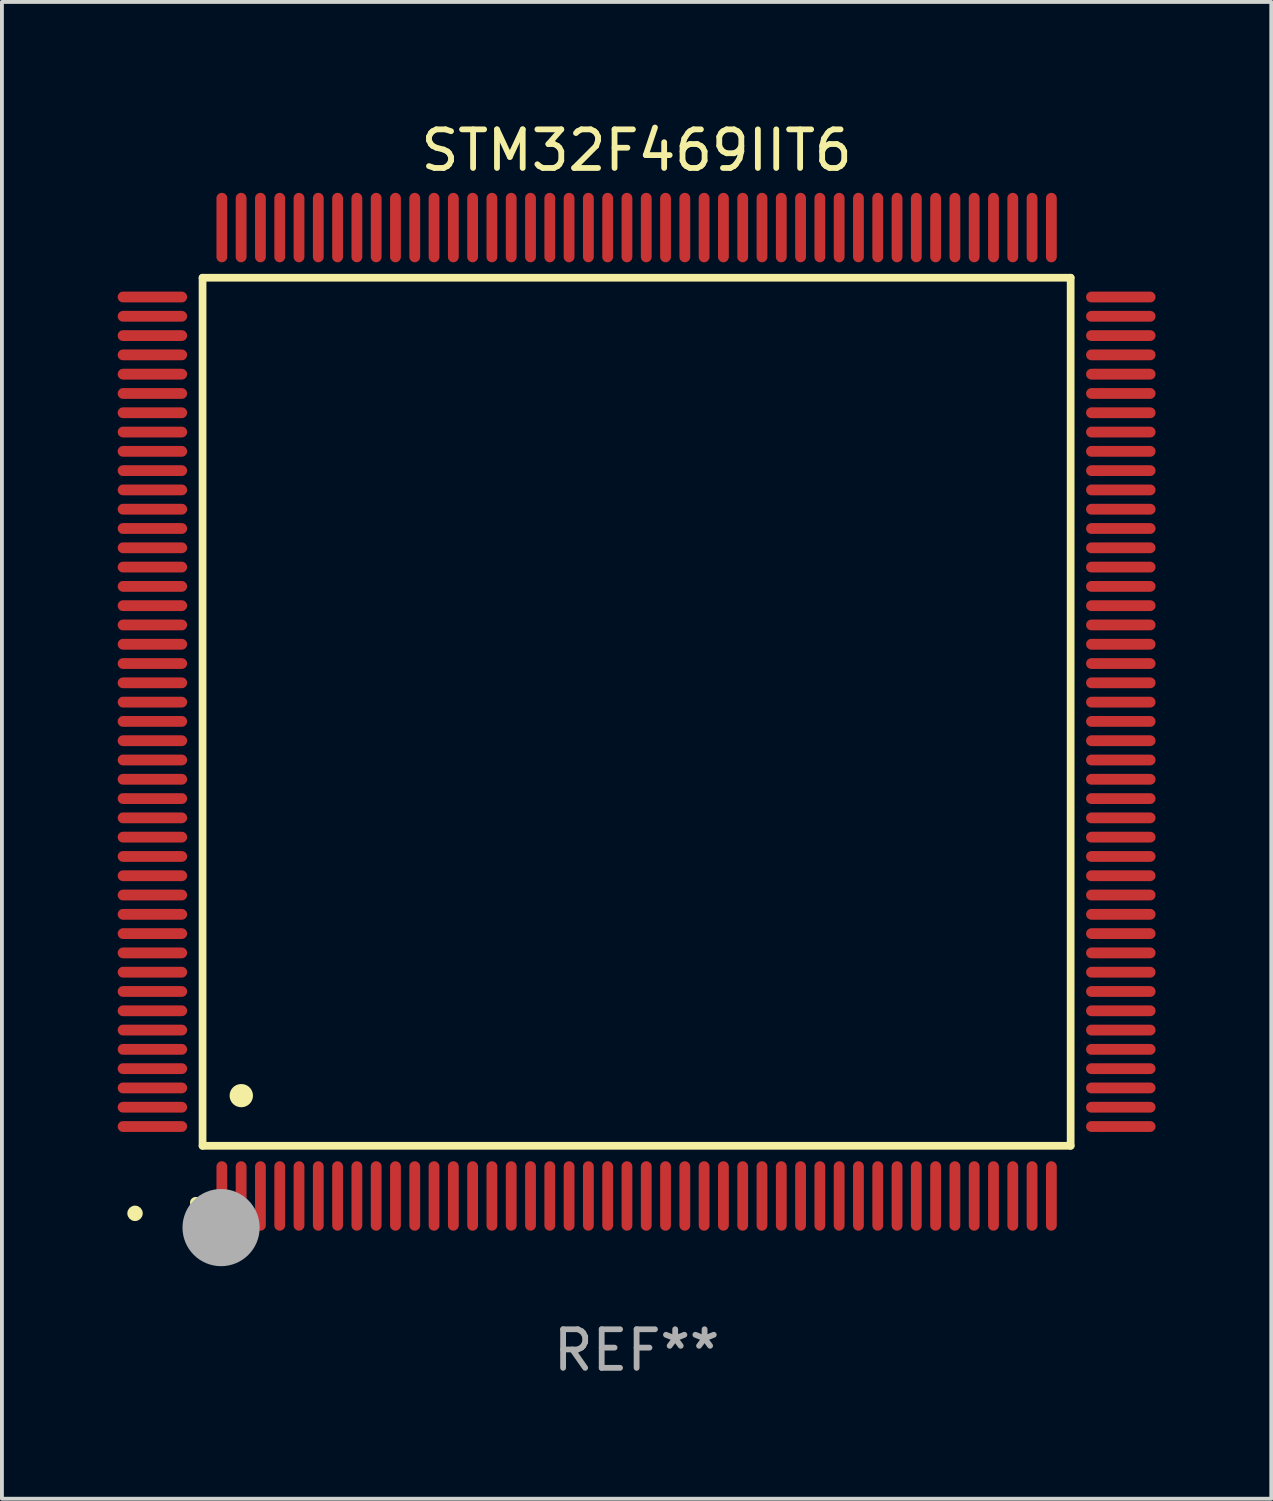
<source format=kicad_pcb>
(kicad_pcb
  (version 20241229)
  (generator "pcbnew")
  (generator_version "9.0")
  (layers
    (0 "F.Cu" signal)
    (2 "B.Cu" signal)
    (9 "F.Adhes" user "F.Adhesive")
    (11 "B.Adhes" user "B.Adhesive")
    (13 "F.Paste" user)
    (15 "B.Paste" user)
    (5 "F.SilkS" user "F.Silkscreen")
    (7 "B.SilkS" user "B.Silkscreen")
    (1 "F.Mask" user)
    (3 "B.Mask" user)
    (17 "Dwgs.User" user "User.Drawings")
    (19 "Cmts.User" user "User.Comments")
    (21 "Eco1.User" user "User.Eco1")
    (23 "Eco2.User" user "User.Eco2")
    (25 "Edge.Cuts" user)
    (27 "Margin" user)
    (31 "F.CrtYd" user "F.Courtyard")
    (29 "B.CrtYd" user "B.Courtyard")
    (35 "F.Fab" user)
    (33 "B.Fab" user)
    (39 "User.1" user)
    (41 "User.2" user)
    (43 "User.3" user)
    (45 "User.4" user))
  (footprint "STM32F469IIT6"
    (layer "F.Cu")
    (at 13.45 15.398)
    (property "Reference" "STM32F469IIT6" (at 0 -14.55 0) (layer "F.SilkS") (effects (font (size 1 1) (thickness 0.15))))
    (attr through_hole)
    (fp_line (start -11.25 -11.25) (end 11.25 -11.25) (stroke (width 0.2) (type solid)) (layer "F.SilkS"))
    (fp_line (start -11.25 11.25) (end -11.25 -11.25) (stroke (width 0.2) (type solid)) (layer "F.SilkS"))
    (fp_line (start 11.25 -11.25) (end 11.25 11.25) (stroke (width 0.2) (type solid)) (layer "F.SilkS"))
    (fp_line (start 11.25 11.25) (end -11.25 11.25) (stroke (width 0.2) (type solid)) (layer "F.SilkS"))
    (fp_arc (start -11.424943 12.725425) (mid -11.423673 12.72542) (end -11.422403 12.725425) (stroke (width 0.3) (type solid)) (layer "F.SilkS"))
    (fp_arc (start -10.24892 9.9492) (mid -10.24638 9.949189) (end -10.24384 9.9492) (stroke (width 0.6) (type solid)) (layer "F.SilkS"))
    (fp_circle (center -13 13) (end -12.9 13) (stroke (width 0.2) (type solid)) (fill no) (layer "F.SilkS"))
    (fp_circle (center -10.77 13.37) (end -10.27 13.37) (stroke (width 1) (type solid)) (fill no) (layer "F.Fab"))
    (fp_text user "REF**" (at 0 16.55 0) (layer "F.Fab") (effects (font (size 1 1) (thickness 0.15))))
    (pad "1" smd oval (at -10.75 12.55) (size 0.28 1.8) (layers "F.Cu" "F.Mask" "F.Paste"))
    (pad "2" smd oval (at -10.25 12.55) (size 0.28 1.8) (layers "F.Cu" "F.Mask" "F.Paste"))
    (pad "3" smd oval (at -9.75 12.55) (size 0.28 1.8) (layers "F.Cu" "F.Mask" "F.Paste"))
    (pad "4" smd oval (at -9.25 12.55) (size 0.28 1.8) (layers "F.Cu" "F.Mask" "F.Paste"))
    (pad "5" smd oval (at -8.75 12.55) (size 0.28 1.8) (layers "F.Cu" "F.Mask" "F.Paste"))
    (pad "6" smd oval (at -8.25 12.55) (size 0.28 1.8) (layers "F.Cu" "F.Mask" "F.Paste"))
    (pad "7" smd oval (at -7.75 12.55) (size 0.28 1.8) (layers "F.Cu" "F.Mask" "F.Paste"))
    (pad "8" smd oval (at -7.25 12.55) (size 0.28 1.8) (layers "F.Cu" "F.Mask" "F.Paste"))
    (pad "9" smd oval (at -6.75 12.55) (size 0.28 1.8) (layers "F.Cu" "F.Mask" "F.Paste"))
    (pad "10" smd oval (at -6.25 12.55) (size 0.28 1.8) (layers "F.Cu" "F.Mask" "F.Paste"))
    (pad "11" smd oval (at -5.75 12.55) (size 0.28 1.8) (layers "F.Cu" "F.Mask" "F.Paste"))
    (pad "12" smd oval (at -5.25 12.55) (size 0.28 1.8) (layers "F.Cu" "F.Mask" "F.Paste"))
    (pad "13" smd oval (at -4.75 12.55) (size 0.28 1.8) (layers "F.Cu" "F.Mask" "F.Paste"))
    (pad "14" smd oval (at -4.25 12.55) (size 0.28 1.8) (layers "F.Cu" "F.Mask" "F.Paste"))
    (pad "15" smd oval (at -3.75 12.55) (size 0.28 1.8) (layers "F.Cu" "F.Mask" "F.Paste"))
    (pad "16" smd oval (at -3.25 12.55) (size 0.28 1.8) (layers "F.Cu" "F.Mask" "F.Paste"))
    (pad "17" smd oval (at -2.75 12.55) (size 0.28 1.8) (layers "F.Cu" "F.Mask" "F.Paste"))
    (pad "18" smd oval (at -2.25 12.55) (size 0.28 1.8) (layers "F.Cu" "F.Mask" "F.Paste"))
    (pad "19" smd oval (at -1.75 12.55) (size 0.28 1.8) (layers "F.Cu" "F.Mask" "F.Paste"))
    (pad "20" smd oval (at -1.25 12.55) (size 0.28 1.8) (layers "F.Cu" "F.Mask" "F.Paste"))
    (pad "21" smd oval (at -0.75 12.55) (size 0.28 1.8) (layers "F.Cu" "F.Mask" "F.Paste"))
    (pad "22" smd oval (at -0.25 12.55) (size 0.28 1.8) (layers "F.Cu" "F.Mask" "F.Paste"))
    (pad "23" smd oval (at 0.25 12.55) (size 0.28 1.8) (layers "F.Cu" "F.Mask" "F.Paste"))
    (pad "24" smd oval (at 0.75 12.55) (size 0.28 1.8) (layers "F.Cu" "F.Mask" "F.Paste"))
    (pad "25" smd oval (at 1.25 12.55) (size 0.28 1.8) (layers "F.Cu" "F.Mask" "F.Paste"))
    (pad "26" smd oval (at 1.75 12.55) (size 0.28 1.8) (layers "F.Cu" "F.Mask" "F.Paste"))
    (pad "27" smd oval (at 2.25 12.55) (size 0.28 1.8) (layers "F.Cu" "F.Mask" "F.Paste"))
    (pad "28" smd oval (at 2.75 12.55) (size 0.28 1.8) (layers "F.Cu" "F.Mask" "F.Paste"))
    (pad "29" smd oval (at 3.25 12.55) (size 0.28 1.8) (layers "F.Cu" "F.Mask" "F.Paste"))
    (pad "30" smd oval (at 3.75 12.55) (size 0.28 1.8) (layers "F.Cu" "F.Mask" "F.Paste"))
    (pad "31" smd oval (at 4.25 12.55) (size 0.28 1.8) (layers "F.Cu" "F.Mask" "F.Paste"))
    (pad "32" smd oval (at 4.75 12.55) (size 0.28 1.8) (layers "F.Cu" "F.Mask" "F.Paste"))
    (pad "33" smd oval (at 5.25 12.55) (size 0.28 1.8) (layers "F.Cu" "F.Mask" "F.Paste"))
    (pad "34" smd oval (at 5.75 12.55) (size 0.28 1.8) (layers "F.Cu" "F.Mask" "F.Paste"))
    (pad "35" smd oval (at 6.25 12.55) (size 0.28 1.8) (layers "F.Cu" "F.Mask" "F.Paste"))
    (pad "36" smd oval (at 6.75 12.55) (size 0.28 1.8) (layers "F.Cu" "F.Mask" "F.Paste"))
    (pad "37" smd oval (at 7.25 12.55) (size 0.28 1.8) (layers "F.Cu" "F.Mask" "F.Paste"))
    (pad "38" smd oval (at 7.75 12.55) (size 0.28 1.8) (layers "F.Cu" "F.Mask" "F.Paste"))
    (pad "39" smd oval (at 8.25 12.55) (size 0.28 1.8) (layers "F.Cu" "F.Mask" "F.Paste"))
    (pad "40" smd oval (at 8.75 12.55) (size 0.28 1.8) (layers "F.Cu" "F.Mask" "F.Paste"))
    (pad "41" smd oval (at 9.25 12.55) (size 0.28 1.8) (layers "F.Cu" "F.Mask" "F.Paste"))
    (pad "42" smd oval (at 9.75 12.55) (size 0.28 1.8) (layers "F.Cu" "F.Mask" "F.Paste"))
    (pad "43" smd oval (at 10.25 12.55) (size 0.28 1.8) (layers "F.Cu" "F.Mask" "F.Paste"))
    (pad "44" smd oval (at 10.75 12.55) (size 0.28 1.8) (layers "F.Cu" "F.Mask" "F.Paste"))
    (pad "45" smd oval (at 12.55 10.75) (size 1.8 0.28) (layers "F.Cu" "F.Mask" "F.Paste"))
    (pad "46" smd oval (at 12.55 10.25) (size 1.8 0.28) (layers "F.Cu" "F.Mask" "F.Paste"))
    (pad "47" smd oval (at 12.55 9.75) (size 1.8 0.28) (layers "F.Cu" "F.Mask" "F.Paste"))
    (pad "48" smd oval (at 12.55 9.25) (size 1.8 0.28) (layers "F.Cu" "F.Mask" "F.Paste"))
    (pad "49" smd oval (at 12.55 8.75) (size 1.8 0.28) (layers "F.Cu" "F.Mask" "F.Paste"))
    (pad "50" smd oval (at 12.55 8.25) (size 1.8 0.28) (layers "F.Cu" "F.Mask" "F.Paste"))
    (pad "51" smd oval (at 12.55 7.75) (size 1.8 0.28) (layers "F.Cu" "F.Mask" "F.Paste"))
    (pad "52" smd oval (at 12.55 7.25) (size 1.8 0.28) (layers "F.Cu" "F.Mask" "F.Paste"))
    (pad "53" smd oval (at 12.55 6.75) (size 1.8 0.28) (layers "F.Cu" "F.Mask" "F.Paste"))
    (pad "54" smd oval (at 12.55 6.25) (size 1.8 0.28) (layers "F.Cu" "F.Mask" "F.Paste"))
    (pad "55" smd oval (at 12.55 5.75) (size 1.8 0.28) (layers "F.Cu" "F.Mask" "F.Paste"))
    (pad "56" smd oval (at 12.55 5.25) (size 1.8 0.28) (layers "F.Cu" "F.Mask" "F.Paste"))
    (pad "57" smd oval (at 12.55 4.75) (size 1.8 0.28) (layers "F.Cu" "F.Mask" "F.Paste"))
    (pad "58" smd oval (at 12.55 4.25) (size 1.8 0.28) (layers "F.Cu" "F.Mask" "F.Paste"))
    (pad "59" smd oval (at 12.55 3.75) (size 1.8 0.28) (layers "F.Cu" "F.Mask" "F.Paste"))
    (pad "60" smd oval (at 12.55 3.25) (size 1.8 0.28) (layers "F.Cu" "F.Mask" "F.Paste"))
    (pad "61" smd oval (at 12.55 2.75) (size 1.8 0.28) (layers "F.Cu" "F.Mask" "F.Paste"))
    (pad "62" smd oval (at 12.55 2.25) (size 1.8 0.28) (layers "F.Cu" "F.Mask" "F.Paste"))
    (pad "63" smd oval (at 12.55 1.75) (size 1.8 0.28) (layers "F.Cu" "F.Mask" "F.Paste"))
    (pad "64" smd oval (at 12.55 1.25) (size 1.8 0.28) (layers "F.Cu" "F.Mask" "F.Paste"))
    (pad "65" smd oval (at 12.55 0.75) (size 1.8 0.28) (layers "F.Cu" "F.Mask" "F.Paste"))
    (pad "66" smd oval (at 12.55 0.25) (size 1.8 0.28) (layers "F.Cu" "F.Mask" "F.Paste"))
    (pad "67" smd oval (at 12.55 -0.25) (size 1.8 0.28) (layers "F.Cu" "F.Mask" "F.Paste"))
    (pad "68" smd oval (at 12.55 -0.75) (size 1.8 0.28) (layers "F.Cu" "F.Mask" "F.Paste"))
    (pad "69" smd oval (at 12.55 -1.25) (size 1.8 0.28) (layers "F.Cu" "F.Mask" "F.Paste"))
    (pad "70" smd oval (at 12.55 -1.75) (size 1.8 0.28) (layers "F.Cu" "F.Mask" "F.Paste"))
    (pad "71" smd oval (at 12.55 -2.25) (size 1.8 0.28) (layers "F.Cu" "F.Mask" "F.Paste"))
    (pad "72" smd oval (at 12.55 -2.75) (size 1.8 0.28) (layers "F.Cu" "F.Mask" "F.Paste"))
    (pad "73" smd oval (at 12.55 -3.25) (size 1.8 0.28) (layers "F.Cu" "F.Mask" "F.Paste"))
    (pad "74" smd oval (at 12.55 -3.75) (size 1.8 0.28) (layers "F.Cu" "F.Mask" "F.Paste"))
    (pad "75" smd oval (at 12.55 -4.25) (size 1.8 0.28) (layers "F.Cu" "F.Mask" "F.Paste"))
    (pad "76" smd oval (at 12.55 -4.75) (size 1.8 0.28) (layers "F.Cu" "F.Mask" "F.Paste"))
    (pad "77" smd oval (at 12.55 -5.25) (size 1.8 0.28) (layers "F.Cu" "F.Mask" "F.Paste"))
    (pad "78" smd oval (at 12.55 -5.75) (size 1.8 0.28) (layers "F.Cu" "F.Mask" "F.Paste"))
    (pad "79" smd oval (at 12.55 -6.25) (size 1.8 0.28) (layers "F.Cu" "F.Mask" "F.Paste"))
    (pad "80" smd oval (at 12.55 -6.75) (size 1.8 0.28) (layers "F.Cu" "F.Mask" "F.Paste"))
    (pad "81" smd oval (at 12.55 -7.25) (size 1.8 0.28) (layers "F.Cu" "F.Mask" "F.Paste"))
    (pad "82" smd oval (at 12.55 -7.75) (size 1.8 0.28) (layers "F.Cu" "F.Mask" "F.Paste"))
    (pad "83" smd oval (at 12.55 -8.25) (size 1.8 0.28) (layers "F.Cu" "F.Mask" "F.Paste"))
    (pad "84" smd oval (at 12.55 -8.75) (size 1.8 0.28) (layers "F.Cu" "F.Mask" "F.Paste"))
    (pad "85" smd oval (at 12.55 -9.25) (size 1.8 0.28) (layers "F.Cu" "F.Mask" "F.Paste"))
    (pad "86" smd oval (at 12.55 -9.75) (size 1.8 0.28) (layers "F.Cu" "F.Mask" "F.Paste"))
    (pad "87" smd oval (at 12.55 -10.25) (size 1.8 0.28) (layers "F.Cu" "F.Mask" "F.Paste"))
    (pad "88" smd oval (at 12.55 -10.75) (size 1.8 0.28) (layers "F.Cu" "F.Mask" "F.Paste"))
    (pad "89" smd oval (at 10.75 -12.55) (size 0.28 1.8) (layers "F.Cu" "F.Mask" "F.Paste"))
    (pad "90" smd oval (at 10.25 -12.55) (size 0.28 1.8) (layers "F.Cu" "F.Mask" "F.Paste"))
    (pad "91" smd oval (at 9.75 -12.55) (size 0.28 1.8) (layers "F.Cu" "F.Mask" "F.Paste"))
    (pad "92" smd oval (at 9.25 -12.55) (size 0.28 1.8) (layers "F.Cu" "F.Mask" "F.Paste"))
    (pad "93" smd oval (at 8.75 -12.55) (size 0.28 1.8) (layers "F.Cu" "F.Mask" "F.Paste"))
    (pad "94" smd oval (at 8.25 -12.55) (size 0.28 1.8) (layers "F.Cu" "F.Mask" "F.Paste"))
    (pad "95" smd oval (at 7.75 -12.55) (size 0.28 1.8) (layers "F.Cu" "F.Mask" "F.Paste"))
    (pad "96" smd oval (at 7.25 -12.55) (size 0.28 1.8) (layers "F.Cu" "F.Mask" "F.Paste"))
    (pad "97" smd oval (at 6.75 -12.55) (size 0.28 1.8) (layers "F.Cu" "F.Mask" "F.Paste"))
    (pad "98" smd oval (at 6.25 -12.55) (size 0.28 1.8) (layers "F.Cu" "F.Mask" "F.Paste"))
    (pad "99" smd oval (at 5.75 -12.55) (size 0.28 1.8) (layers "F.Cu" "F.Mask" "F.Paste"))
    (pad "100" smd oval (at 5.25 -12.55) (size 0.28 1.8) (layers "F.Cu" "F.Mask" "F.Paste"))
    (pad "101" smd oval (at 4.75 -12.55) (size 0.28 1.8) (layers "F.Cu" "F.Mask" "F.Paste"))
    (pad "102" smd oval (at 4.25 -12.55) (size 0.28 1.8) (layers "F.Cu" "F.Mask" "F.Paste"))
    (pad "103" smd oval (at 3.75 -12.55) (size 0.28 1.8) (layers "F.Cu" "F.Mask" "F.Paste"))
    (pad "104" smd oval (at 3.25 -12.55) (size 0.28 1.8) (layers "F.Cu" "F.Mask" "F.Paste"))
    (pad "105" smd oval (at 2.75 -12.55) (size 0.28 1.8) (layers "F.Cu" "F.Mask" "F.Paste"))
    (pad "106" smd oval (at 2.25 -12.55) (size 0.28 1.8) (layers "F.Cu" "F.Mask" "F.Paste"))
    (pad "107" smd oval (at 1.75 -12.55) (size 0.28 1.8) (layers "F.Cu" "F.Mask" "F.Paste"))
    (pad "108" smd oval (at 1.25 -12.55) (size 0.28 1.8) (layers "F.Cu" "F.Mask" "F.Paste"))
    (pad "109" smd oval (at 0.75 -12.55) (size 0.28 1.8) (layers "F.Cu" "F.Mask" "F.Paste"))
    (pad "110" smd oval (at 0.25 -12.55) (size 0.28 1.8) (layers "F.Cu" "F.Mask" "F.Paste"))
    (pad "111" smd oval (at -0.25 -12.55) (size 0.28 1.8) (layers "F.Cu" "F.Mask" "F.Paste"))
    (pad "112" smd oval (at -0.75 -12.55) (size 0.28 1.8) (layers "F.Cu" "F.Mask" "F.Paste"))
    (pad "113" smd oval (at -1.25 -12.55) (size 0.28 1.8) (layers "F.Cu" "F.Mask" "F.Paste"))
    (pad "114" smd oval (at -1.75 -12.55) (size 0.28 1.8) (layers "F.Cu" "F.Mask" "F.Paste"))
    (pad "115" smd oval (at -2.25 -12.55) (size 0.28 1.8) (layers "F.Cu" "F.Mask" "F.Paste"))
    (pad "116" smd oval (at -2.75 -12.55) (size 0.28 1.8) (layers "F.Cu" "F.Mask" "F.Paste"))
    (pad "117" smd oval (at -3.25 -12.55) (size 0.28 1.8) (layers "F.Cu" "F.Mask" "F.Paste"))
    (pad "118" smd oval (at -3.75 -12.55) (size 0.28 1.8) (layers "F.Cu" "F.Mask" "F.Paste"))
    (pad "119" smd oval (at -4.25 -12.55) (size 0.28 1.8) (layers "F.Cu" "F.Mask" "F.Paste"))
    (pad "120" smd oval (at -4.75 -12.55) (size 0.28 1.8) (layers "F.Cu" "F.Mask" "F.Paste"))
    (pad "121" smd oval (at -5.25 -12.55) (size 0.28 1.8) (layers "F.Cu" "F.Mask" "F.Paste"))
    (pad "122" smd oval (at -5.75 -12.55) (size 0.28 1.8) (layers "F.Cu" "F.Mask" "F.Paste"))
    (pad "123" smd oval (at -6.25 -12.55) (size 0.28 1.8) (layers "F.Cu" "F.Mask" "F.Paste"))
    (pad "124" smd oval (at -6.75 -12.55) (size 0.28 1.8) (layers "F.Cu" "F.Mask" "F.Paste"))
    (pad "125" smd oval (at -7.25 -12.55) (size 0.28 1.8) (layers "F.Cu" "F.Mask" "F.Paste"))
    (pad "126" smd oval (at -7.75 -12.55) (size 0.28 1.8) (layers "F.Cu" "F.Mask" "F.Paste"))
    (pad "127" smd oval (at -8.25 -12.55) (size 0.28 1.8) (layers "F.Cu" "F.Mask" "F.Paste"))
    (pad "128" smd oval (at -8.75 -12.55) (size 0.28 1.8) (layers "F.Cu" "F.Mask" "F.Paste"))
    (pad "129" smd oval (at -9.25 -12.55) (size 0.28 1.8) (layers "F.Cu" "F.Mask" "F.Paste"))
    (pad "130" smd oval (at -9.75 -12.55) (size 0.28 1.8) (layers "F.Cu" "F.Mask" "F.Paste"))
    (pad "131" smd oval (at -10.25 -12.55) (size 0.28 1.8) (layers "F.Cu" "F.Mask" "F.Paste"))
    (pad "132" smd oval (at -10.75 -12.55) (size 0.28 1.8) (layers "F.Cu" "F.Mask" "F.Paste"))
    (pad "133" smd oval (at -12.55 -10.75) (size 1.8 0.28) (layers "F.Cu" "F.Mask" "F.Paste"))
    (pad "134" smd oval (at -12.55 -10.25) (size 1.8 0.28) (layers "F.Cu" "F.Mask" "F.Paste"))
    (pad "135" smd oval (at -12.55 -9.75) (size 1.8 0.28) (layers "F.Cu" "F.Mask" "F.Paste"))
    (pad "136" smd oval (at -12.55 -9.25) (size 1.8 0.28) (layers "F.Cu" "F.Mask" "F.Paste"))
    (pad "137" smd oval (at -12.55 -8.75) (size 1.8 0.28) (layers "F.Cu" "F.Mask" "F.Paste"))
    (pad "138" smd oval (at -12.55 -8.25) (size 1.8 0.28) (layers "F.Cu" "F.Mask" "F.Paste"))
    (pad "139" smd oval (at -12.55 -7.75) (size 1.8 0.28) (layers "F.Cu" "F.Mask" "F.Paste"))
    (pad "140" smd oval (at -12.55 -7.25) (size 1.8 0.28) (layers "F.Cu" "F.Mask" "F.Paste"))
    (pad "141" smd oval (at -12.55 -6.75) (size 1.8 0.28) (layers "F.Cu" "F.Mask" "F.Paste"))
    (pad "142" smd oval (at -12.55 -6.25) (size 1.8 0.28) (layers "F.Cu" "F.Mask" "F.Paste"))
    (pad "143" smd oval (at -12.55 -5.75) (size 1.8 0.28) (layers "F.Cu" "F.Mask" "F.Paste"))
    (pad "144" smd oval (at -12.55 -5.25) (size 1.8 0.28) (layers "F.Cu" "F.Mask" "F.Paste"))
    (pad "145" smd oval (at -12.55 -4.75) (size 1.8 0.28) (layers "F.Cu" "F.Mask" "F.Paste"))
    (pad "146" smd oval (at -12.55 -4.25) (size 1.8 0.28) (layers "F.Cu" "F.Mask" "F.Paste"))
    (pad "147" smd oval (at -12.55 -3.75) (size 1.8 0.28) (layers "F.Cu" "F.Mask" "F.Paste"))
    (pad "148" smd oval (at -12.55 -3.25) (size 1.8 0.28) (layers "F.Cu" "F.Mask" "F.Paste"))
    (pad "149" smd oval (at -12.55 -2.75) (size 1.8 0.28) (layers "F.Cu" "F.Mask" "F.Paste"))
    (pad "150" smd oval (at -12.55 -2.25) (size 1.8 0.28) (layers "F.Cu" "F.Mask" "F.Paste"))
    (pad "151" smd oval (at -12.55 -1.75) (size 1.8 0.28) (layers "F.Cu" "F.Mask" "F.Paste"))
    (pad "152" smd oval (at -12.55 -1.25) (size 1.8 0.28) (layers "F.Cu" "F.Mask" "F.Paste"))
    (pad "153" smd oval (at -12.55 -0.75) (size 1.8 0.28) (layers "F.Cu" "F.Mask" "F.Paste"))
    (pad "154" smd oval (at -12.55 -0.25) (size 1.8 0.28) (layers "F.Cu" "F.Mask" "F.Paste"))
    (pad "155" smd oval (at -12.55 0.25) (size 1.8 0.28) (layers "F.Cu" "F.Mask" "F.Paste"))
    (pad "156" smd oval (at -12.55 0.75) (size 1.8 0.28) (layers "F.Cu" "F.Mask" "F.Paste"))
    (pad "157" smd oval (at -12.55 1.25) (size 1.8 0.28) (layers "F.Cu" "F.Mask" "F.Paste"))
    (pad "158" smd oval (at -12.55 1.75) (size 1.8 0.28) (layers "F.Cu" "F.Mask" "F.Paste"))
    (pad "159" smd oval (at -12.55 2.25) (size 1.8 0.28) (layers "F.Cu" "F.Mask" "F.Paste"))
    (pad "160" smd oval (at -12.55 2.75) (size 1.8 0.28) (layers "F.Cu" "F.Mask" "F.Paste"))
    (pad "161" smd oval (at -12.55 3.25) (size 1.8 0.28) (layers "F.Cu" "F.Mask" "F.Paste"))
    (pad "162" smd oval (at -12.55 3.75) (size 1.8 0.28) (layers "F.Cu" "F.Mask" "F.Paste"))
    (pad "163" smd oval (at -12.55 4.25) (size 1.8 0.28) (layers "F.Cu" "F.Mask" "F.Paste"))
    (pad "164" smd oval (at -12.55 4.75) (size 1.8 0.28) (layers "F.Cu" "F.Mask" "F.Paste"))
    (pad "165" smd oval (at -12.55 5.25) (size 1.8 0.28) (layers "F.Cu" "F.Mask" "F.Paste"))
    (pad "166" smd oval (at -12.55 5.75) (size 1.8 0.28) (layers "F.Cu" "F.Mask" "F.Paste"))
    (pad "167" smd oval (at -12.55 6.25) (size 1.8 0.28) (layers "F.Cu" "F.Mask" "F.Paste"))
    (pad "168" smd oval (at -12.55 6.75) (size 1.8 0.28) (layers "F.Cu" "F.Mask" "F.Paste"))
    (pad "169" smd oval (at -12.55 7.25) (size 1.8 0.28) (layers "F.Cu" "F.Mask" "F.Paste"))
    (pad "170" smd oval (at -12.55 7.75) (size 1.8 0.28) (layers "F.Cu" "F.Mask" "F.Paste"))
    (pad "171" smd oval (at -12.55 8.25) (size 1.8 0.28) (layers "F.Cu" "F.Mask" "F.Paste"))
    (pad "172" smd oval (at -12.55 8.75) (size 1.8 0.28) (layers "F.Cu" "F.Mask" "F.Paste"))
    (pad "173" smd oval (at -12.55 9.25) (size 1.8 0.28) (layers "F.Cu" "F.Mask" "F.Paste"))
    (pad "174" smd oval (at -12.55 9.75) (size 1.8 0.28) (layers "F.Cu" "F.Mask" "F.Paste"))
    (pad "175" smd oval (at -12.55 10.25) (size 1.8 0.28) (layers "F.Cu" "F.Mask" "F.Paste"))
    (pad "176" smd oval (at -12.55 10.75) (size 1.8 0.28) (layers "F.Cu" "F.Mask" "F.Paste")))
  (gr_rect
    (start -3 -3)
    (end 29.9 35.796)
    (stroke (width 0.1) (type default))
    (fill no)
    (layer "Edge.Cuts")))
</source>
